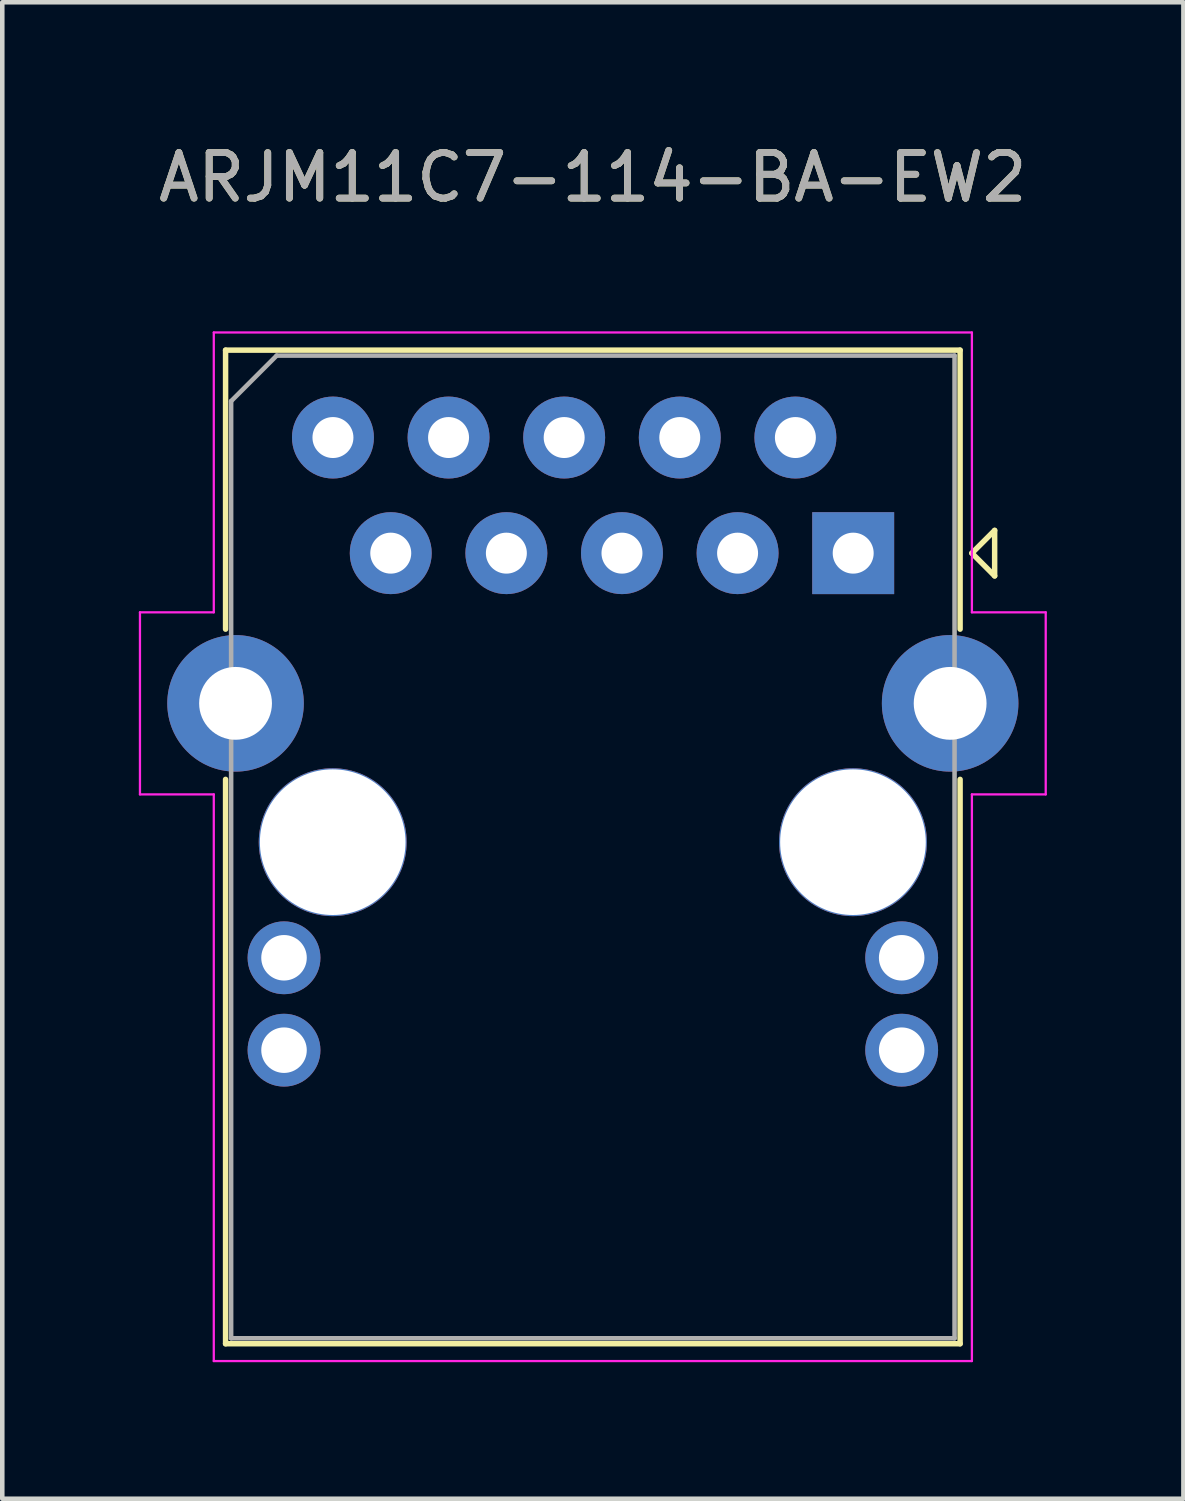
<source format=kicad_pcb>
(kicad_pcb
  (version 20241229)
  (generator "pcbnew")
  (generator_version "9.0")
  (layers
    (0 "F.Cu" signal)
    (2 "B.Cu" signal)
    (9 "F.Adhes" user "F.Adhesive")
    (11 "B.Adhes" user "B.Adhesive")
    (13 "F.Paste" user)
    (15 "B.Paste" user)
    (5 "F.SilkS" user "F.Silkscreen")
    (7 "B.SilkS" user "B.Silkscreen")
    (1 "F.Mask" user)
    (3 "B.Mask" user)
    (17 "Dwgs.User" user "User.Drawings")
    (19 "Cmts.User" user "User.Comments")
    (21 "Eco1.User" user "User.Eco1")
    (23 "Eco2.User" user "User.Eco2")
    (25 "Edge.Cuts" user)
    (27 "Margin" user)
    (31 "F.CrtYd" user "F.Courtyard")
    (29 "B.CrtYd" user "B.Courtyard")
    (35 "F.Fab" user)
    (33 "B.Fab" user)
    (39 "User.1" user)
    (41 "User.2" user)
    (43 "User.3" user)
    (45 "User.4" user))
  (footprint "ARJM11C7-114-BA-EW2"
    (layer "F.Cu")
    (at 9.975 15.453)
    (property "Reference" "ARJM11C7-114-BA-EW2" (at 0 -14.605 0) (unlocked yes) (layer "F.SilkS") (effects (font (size 1 1) (thickness 0.15))))
    (attr smd)
    (fp_line (start -8.069 -10.81) (end -8.069 -4.68) (stroke (width 0.12) (type solid)) (layer "F.SilkS"))
    (fp_line (start -8.069 -10.81) (end 8.069 -10.81) (stroke (width 0.12) (type solid)) (layer "F.SilkS"))
    (fp_line (start -8.069 -1.38) (end -8.069 11.02) (stroke (width 0.12) (type solid)) (layer "F.SilkS"))
    (fp_line (start -8.069 11.02) (end 8.069 11.02) (stroke (width 0.12) (type solid)) (layer "F.SilkS"))
    (fp_line (start 8.069 -10.81) (end 8.069 -4.68) (stroke (width 0.12) (type solid)) (layer "F.SilkS"))
    (fp_line (start 8.069 -1.38) (end 8.069 11.02) (stroke (width 0.12) (type solid)) (layer "F.SilkS"))
    (fp_line (start 8.328 -6.35) (end 8.828 -5.85) (stroke (width 0.12) (type solid)) (layer "F.SilkS"))
    (fp_line (start 8.828 -6.85) (end 8.328 -6.35) (stroke (width 0.12) (type solid)) (layer "F.SilkS"))
    (fp_line (start 8.828 -5.85) (end 8.828 -6.85) (stroke (width 0.12) (type solid)) (layer "F.SilkS"))
    (fp_line (start -9.95 -5.05) (end -9.95 -1.05) (stroke (width 0.05) (type solid)) (layer "F.CrtYd"))
    (fp_line (start -9.95 -1.05) (end -8.328 -1.05) (stroke (width 0.05) (type solid)) (layer "F.CrtYd"))
    (fp_line (start -8.328 -11.198) (end -8.328 -5.05) (stroke (width 0.05) (type solid)) (layer "F.CrtYd"))
    (fp_line (start -8.328 -11.198) (end 8.328 -11.198) (stroke (width 0.05) (type solid)) (layer "F.CrtYd"))
    (fp_line (start -8.328 -5.05) (end -9.95 -5.05) (stroke (width 0.05) (type solid)) (layer "F.CrtYd"))
    (fp_line (start -8.328 -1.05) (end -8.328 11.4) (stroke (width 0.05) (type solid)) (layer "F.CrtYd"))
    (fp_line (start -8.328 11.4) (end 8.328 11.4) (stroke (width 0.05) (type solid)) (layer "F.CrtYd"))
    (fp_line (start 8.328 -11.198) (end 8.328 -5.05) (stroke (width 0.05) (type solid)) (layer "F.CrtYd"))
    (fp_line (start 8.328 -1.05) (end 8.328 11.4) (stroke (width 0.05) (type solid)) (layer "F.CrtYd"))
    (fp_line (start 8.328 -1.05) (end 9.95 -1.05) (stroke (width 0.05) (type solid)) (layer "F.CrtYd"))
    (fp_line (start 9.95 -5.05) (end 8.328 -5.05) (stroke (width 0.05) (type solid)) (layer "F.CrtYd"))
    (fp_line (start 9.95 -5.05) (end 9.95 -1.05) (stroke (width 0.05) (type solid)) (layer "F.CrtYd"))
    (fp_line (start -7.947 -9.69) (end -6.947 -10.69) (stroke (width 0.1) (type solid)) (layer "F.Fab"))
    (fp_line (start -7.947 10.9) (end -7.947 -9.69) (stroke (width 0.1) (type solid)) (layer "F.Fab"))
    (fp_line (start -6.947 -10.69) (end 7.947 -10.69) (stroke (width 0.1) (type solid)) (layer "F.Fab"))
    (fp_line (start 7.947 -10.69) (end 7.947 10.9) (stroke (width 0.1) (type solid)) (layer "F.Fab"))
    (fp_line (start 7.947 10.9) (end -7.947 10.9) (stroke (width 0.1) (type solid)) (layer "F.Fab"))
    (fp_text user "${REFERENCE}" (at 0 -14.605 0) (unlocked yes) (layer "F.Fab") (effects (font (size 1 1) (thickness 0.15))))
    (pad "" np_thru_hole circle (at -5.715 0) (size 3.25 3.25) (drill 3.2) (layers "*.Cu" "*.Mask"))
    (pad "" np_thru_hole circle (at 5.715 0) (size 3.25 3.25) (drill 3.2) (layers "*.Cu" "*.Mask"))
    (pad "1" thru_hole rect (at 5.72 -6.35) (size 1.8 1.8) (drill 0.9) (layers "*.Cu" "*.Mask"))
    (pad "2" thru_hole circle (at 4.45 -8.89) (size 1.8 1.8) (drill 0.9) (layers "*.Cu" "*.Mask"))
    (pad "3" thru_hole circle (at 3.18 -6.35) (size 1.8 1.8) (drill 0.9) (layers "*.Cu" "*.Mask"))
    (pad "4" thru_hole circle (at 1.91 -8.89) (size 1.8 1.8) (drill 0.9) (layers "*.Cu" "*.Mask"))
    (pad "5" thru_hole circle (at 0.64 -6.35) (size 1.8 1.8) (drill 0.9) (layers "*.Cu" "*.Mask"))
    (pad "6" thru_hole circle (at -0.63 -8.89) (size 1.8 1.8) (drill 0.9) (layers "*.Cu" "*.Mask"))
    (pad "7" thru_hole circle (at -1.9 -6.35) (size 1.8 1.8) (drill 0.9) (layers "*.Cu" "*.Mask"))
    (pad "8" thru_hole circle (at -3.17 -8.89) (size 1.8 1.8) (drill 0.9) (layers "*.Cu" "*.Mask"))
    (pad "9" thru_hole circle (at -4.44 -6.35) (size 1.8 1.8) (drill 0.9) (layers "*.Cu" "*.Mask"))
    (pad "10" thru_hole circle (at -5.71 -8.89) (size 1.8 1.8) (drill 0.9) (layers "*.Cu" "*.Mask"))
    (pad "11" thru_hole circle (at -6.785 2.54) (size 1.6 1.6) (drill 1) (layers "*.Cu" "*.Mask"))
    (pad "12" thru_hole circle (at -6.785 4.57) (size 1.6 1.6) (drill 1) (layers "*.Cu" "*.Mask"))
    (pad "13" thru_hole circle (at 6.785 2.54) (size 1.6 1.6) (drill 1) (layers "*.Cu" "*.Mask"))
    (pad "14" thru_hole circle (at 6.785 4.57) (size 1.6 1.6) (drill 1) (layers "*.Cu" "*.Mask"))
    (pad "15" thru_hole circle (at -7.85 -3.05) (size 3 3) (drill 1.6) (layers "*.Cu" "*.Mask"))
    (pad "15" thru_hole circle (at 7.85 -3.05) (size 3 3) (drill 1.6) (layers "*.Cu" "*.Mask")))
  (gr_rect
    (start -3 -3)
    (end 22.95 29.878)
    (stroke (width 0.1) (type default))
    (fill no)
    (layer "Edge.Cuts")))
</source>
